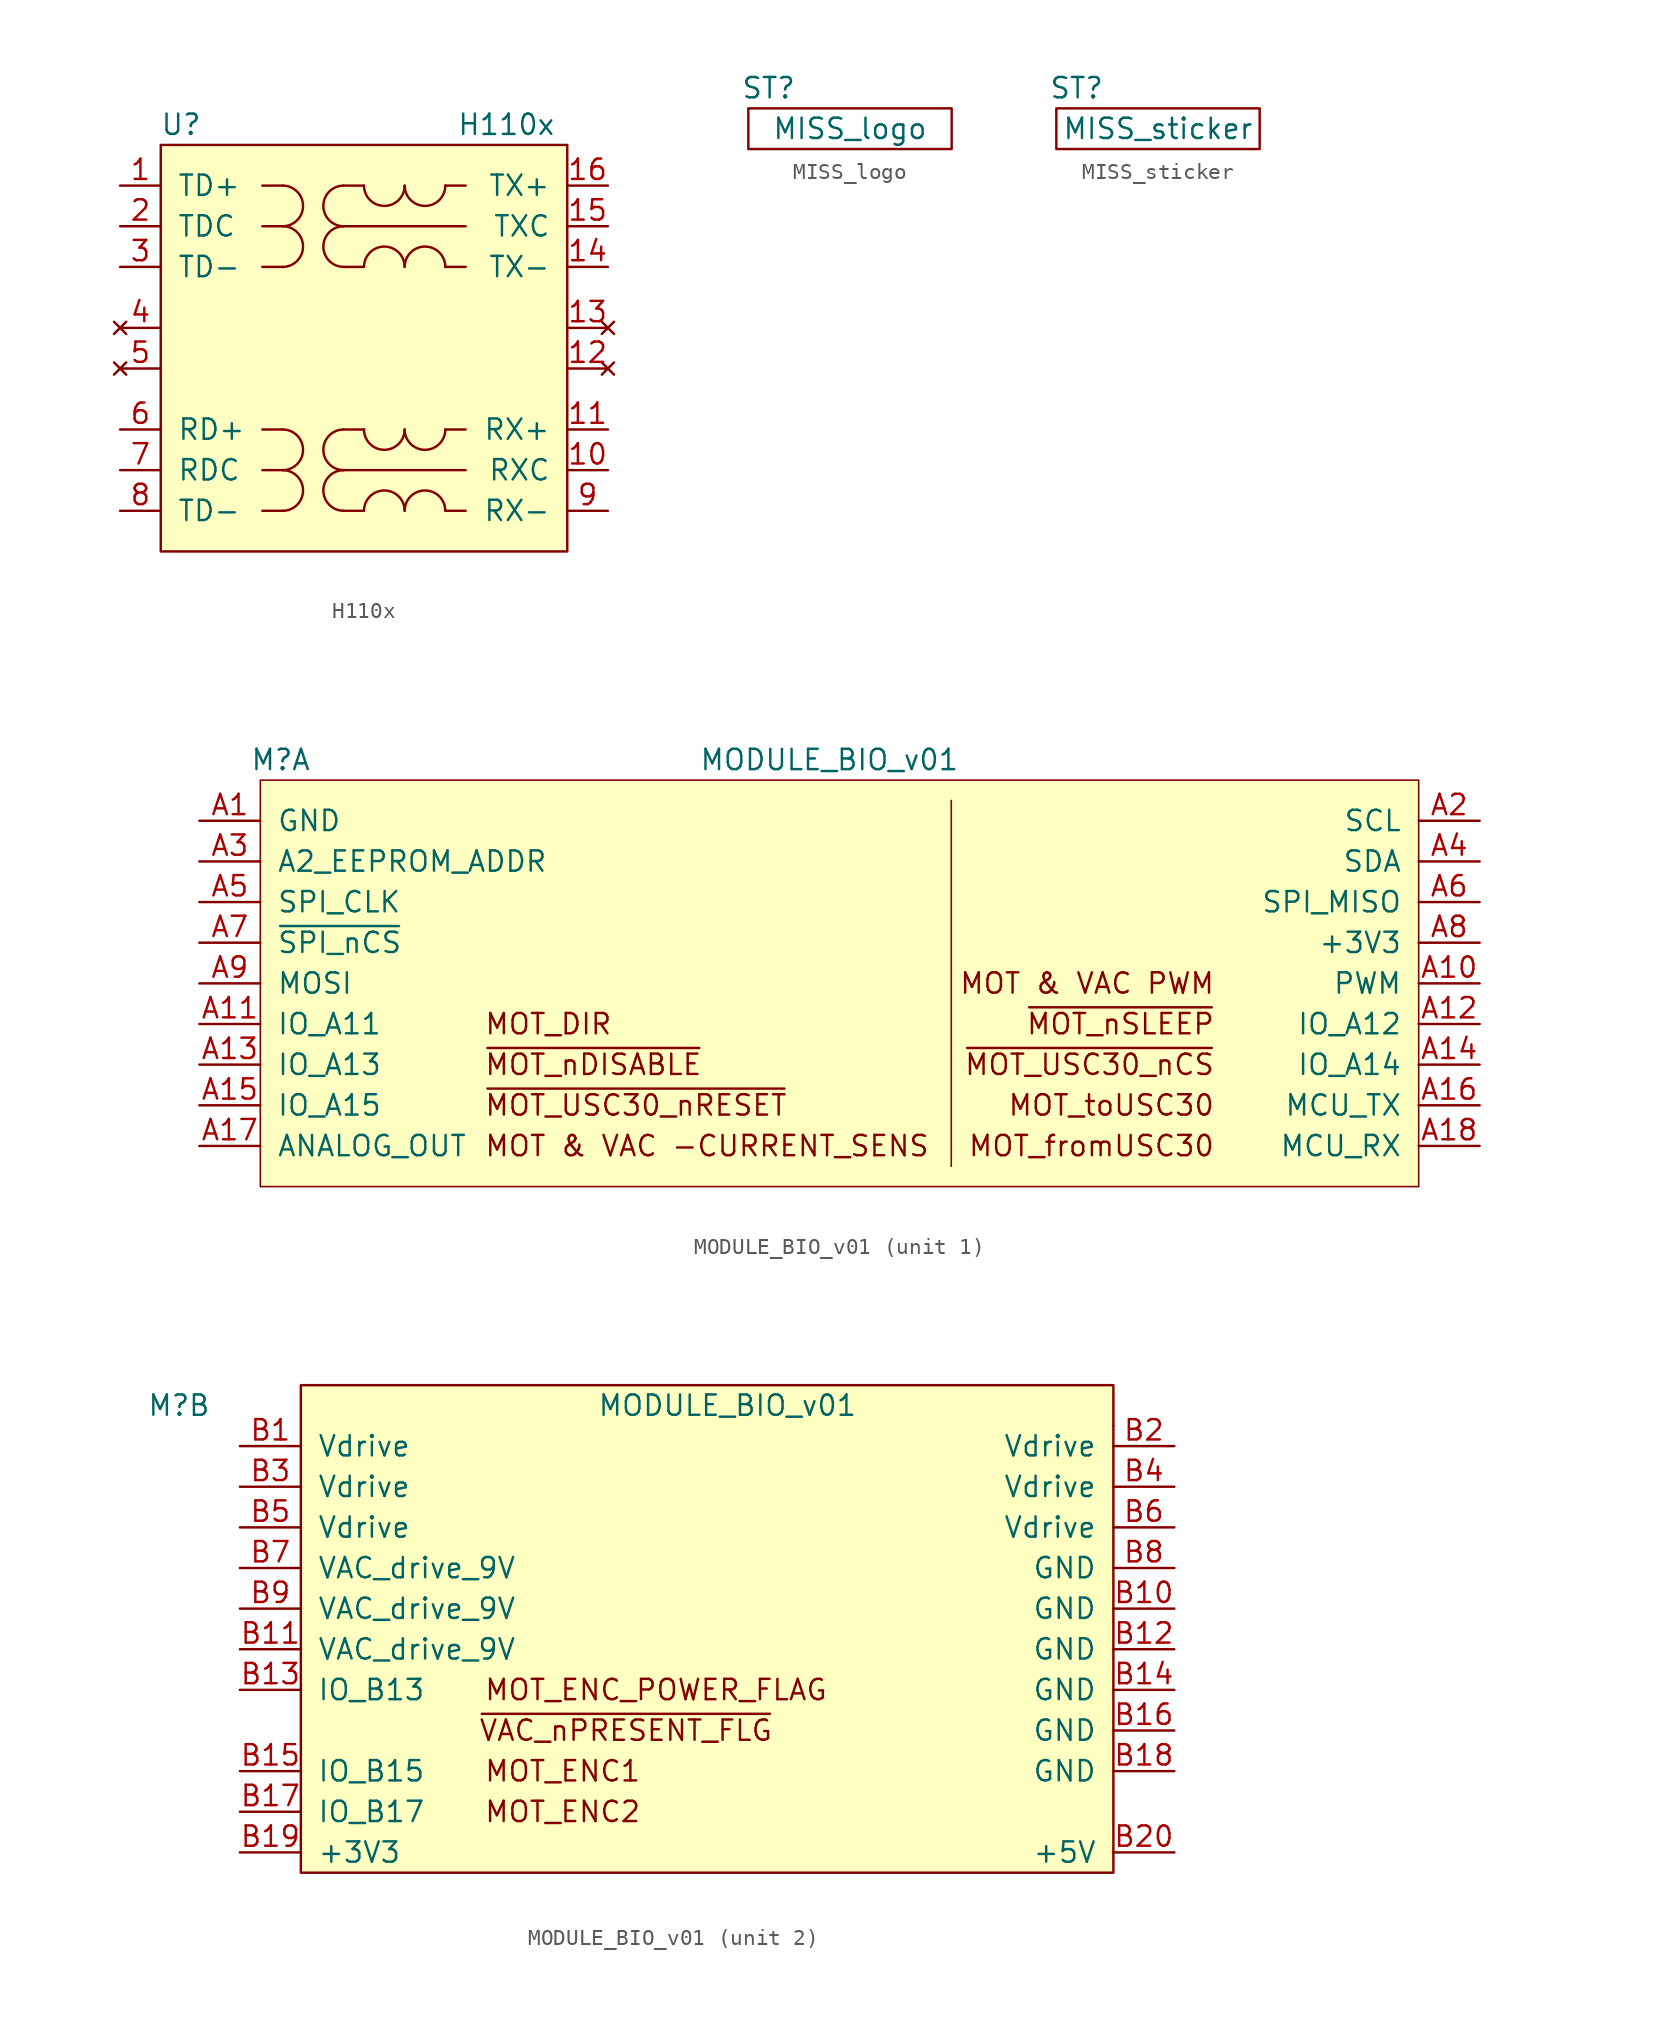
<source format=kicad_sym>
(kicad_symbol_lib
  (version 20211014)
  (generator kicad_symbol_editor)
  (symbol "H110x"
    (pin_names
      (offset 1.016))
    (property "Reference" "U"
      (at -11.43 13.97 0)
      (effects (font (size 1.27 1.27))))
    (property "Value" "H110x"
      (at 8.89 13.97 0)
      (effects (font (size 1.27 1.27))))
    (symbol "H110x_0_1"
      (rectangle (start -12.7 12.7) (end 12.7 -12.7) (stroke (width 0) (type default) (color 0 0 0 0)) (fill (type background)))
      (rectangle (start -5.08 -10.16) (end -6.35 -10.16) (stroke (width 0) (type default) (color 0 0 0 0)) (fill (type none)))
      (arc (start -5.08 -10.16) (mid -3.81 -8.89) (end -5.08 -7.62) (stroke (width 0) (type default) (color 0 0 0 0)) (fill (type none)))
      (rectangle (start -5.08 -7.62) (end -6.35 -7.62) (stroke (width 0) (type default) (color 0 0 0 0)) (fill (type none)))
      (arc (start -5.08 -7.62) (mid -3.81 -6.35) (end -5.08 -5.08) (stroke (width 0) (type default) (color 0 0 0 0)) (fill (type none)))
      (rectangle (start -5.08 -5.08) (end -6.35 -5.08) (stroke (width 0) (type default) (color 0 0 0 0)) (fill (type none)))
      (rectangle (start -5.08 5.08) (end -6.35 5.08) (stroke (width 0) (type default) (color 0 0 0 0)) (fill (type none)))
      (arc (start -5.08 5.08) (mid -3.81 6.35) (end -5.08 7.62) (stroke (width 0) (type default) (color 0 0 0 0)) (fill (type none)))
      (rectangle (start -5.08 7.62) (end -6.35 7.62) (stroke (width 0) (type default) (color 0 0 0 0)) (fill (type none)))
      (arc (start -5.08 7.62) (mid -3.81 8.89) (end -5.08 10.16) (stroke (width 0) (type default) (color 0 0 0 0)) (fill (type none)))
      (rectangle (start -5.08 10.16) (end -6.35 10.16) (stroke (width 0) (type default) (color 0 0 0 0)) (fill (type none)))
      (rectangle (start -1.27 -10.16) (end 0 -10.16) (stroke (width 0) (type default) (color 0 0 0 0)) (fill (type none)))
      (rectangle (start -1.27 -7.62) (end 6.35 -7.62) (stroke (width 0) (type default) (color 0 0 0 0)) (fill (type none)))
      (rectangle (start -1.27 -5.08) (end 0 -5.08) (stroke (width 0) (type default) (color 0 0 0 0)) (fill (type none)))
      (rectangle (start -1.27 5.08) (end 0 5.08) (stroke (width 0) (type default) (color 0 0 0 0)) (fill (type none)))
      (rectangle (start -1.27 7.62) (end 6.35 7.62) (stroke (width 0) (type default) (color 0 0 0 0)) (fill (type none)))
      (rectangle (start -1.27 10.16) (end 0 10.16) (stroke (width 0) (type default) (color 0 0 0 0)) (fill (type none)))
      (rectangle (start 5.08 -10.16) (end 6.35 -10.16) (stroke (width 0) (type default) (color 0 0 0 0)) (fill (type none)))
      (rectangle (start 5.08 -5.08) (end 6.35 -5.08) (stroke (width 0) (type default) (color 0 0 0 0)) (fill (type none)))
      (rectangle (start 5.08 5.08) (end 6.35 5.08) (stroke (width 0) (type default) (color 0 0 0 0)) (fill (type none)))
      (rectangle (start 5.08 10.16) (end 6.35 10.16) (stroke (width 0) (type default) (color 0 0 0 0)) (fill (type none))))
    (symbol "H110x_1_1"
      (arc (start -1.27 -7.62) (mid -2.54 -8.89) (end -1.27 -10.16) (stroke (width 0) (type default) (color 0 0 0 0)) (fill (type none)))
      (arc (start -1.27 -5.08) (mid -2.54 -6.35) (end -1.27 -7.62) (stroke (width 0) (type default) (color 0 0 0 0)) (fill (type none)))
      (arc (start -1.27 7.62) (mid -2.54 6.35) (end -1.27 5.08) (stroke (width 0) (type default) (color 0 0 0 0)) (fill (type none)))
      (arc (start -1.27 10.16) (mid -2.54 8.89) (end -1.27 7.62) (stroke (width 0) (type default) (color 0 0 0 0)) (fill (type none)))
      (arc (start 0 -5.08) (mid 1.27 -6.35) (end 2.54 -5.08) (stroke (width 0) (type default) (color 0 0 0 0)) (fill (type none)))
      (arc (start 0 10.16) (mid 1.27 8.89) (end 2.54 10.16) (stroke (width 0) (type default) (color 0 0 0 0)) (fill (type none)))
      (arc (start 2.54 -10.16) (mid 1.27 -8.89) (end 0 -10.16) (stroke (width 0) (type default) (color 0 0 0 0)) (fill (type none)))
      (arc (start 2.54 -5.08) (mid 3.81 -6.35) (end 5.08 -5.08) (stroke (width 0) (type default) (color 0 0 0 0)) (fill (type none)))
      (arc (start 2.54 5.08) (mid 1.27 6.35) (end 0 5.08) (stroke (width 0) (type default) (color 0 0 0 0)) (fill (type none)))
      (arc (start 2.54 10.16) (mid 3.81 8.89) (end 5.08 10.16) (stroke (width 0) (type default) (color 0 0 0 0)) (fill (type none)))
      (arc (start 5.08 -10.16) (mid 3.81 -8.89) (end 2.54 -10.16) (stroke (width 0) (type default) (color 0 0 0 0)) (fill (type none)))
      (arc (start 5.08 5.08) (mid 3.81 6.35) (end 2.54 5.08) (stroke (width 0) (type default) (color 0 0 0 0)) (fill (type none)))
      (pin input line (at -15.24 10.16 0) (length 2.54) (name "TD+" (effects (font (size 1.27 1.27)))) (number "1" (effects (font (size 1.27 1.27)))))
      (pin passive line (at 15.24 -7.62 180) (length 2.54) (name "RXC" (effects (font (size 1.27 1.27)))) (number "10" (effects (font (size 1.27 1.27)))))
      (pin input line (at 15.24 -5.08 180) (length 2.54) (name "RX+" (effects (font (size 1.27 1.27)))) (number "11" (effects (font (size 1.27 1.27)))))
      (pin no_connect line (at 15.24 -1.27 180) (length 2.54) (name "~" (effects (font (size 1.27 1.27)))) (number "12" (effects (font (size 1.27 1.27)))))
      (pin no_connect line (at 15.24 1.27 180) (length 2.54) (name "~" (effects (font (size 1.27 1.27)))) (number "13" (effects (font (size 1.27 1.27)))))
      (pin output line (at 15.24 5.08 180) (length 2.54) (name "TX-" (effects (font (size 1.27 1.27)))) (number "14" (effects (font (size 1.27 1.27)))))
      (pin passive line (at 15.24 7.62 180) (length 2.54) (name "TXC" (effects (font (size 1.27 1.27)))) (number "15" (effects (font (size 1.27 1.27)))))
      (pin output line (at 15.24 10.16 180) (length 2.54) (name "TX+" (effects (font (size 1.27 1.27)))) (number "16" (effects (font (size 1.27 1.27)))))
      (pin passive line (at -15.24 7.62 0) (length 2.54) (name "TDC" (effects (font (size 1.27 1.27)))) (number "2" (effects (font (size 1.27 1.27)))))
      (pin input line (at -15.24 5.08 0) (length 2.54) (name "TD-" (effects (font (size 1.27 1.27)))) (number "3" (effects (font (size 1.27 1.27)))))
      (pin no_connect line (at -15.24 1.27 0) (length 2.54) (name "~" (effects (font (size 1.27 1.27)))) (number "4" (effects (font (size 1.27 1.27)))))
      (pin no_connect line (at -15.24 -1.27 0) (length 2.54) (name "~" (effects (font (size 1.27 1.27)))) (number "5" (effects (font (size 1.27 1.27)))))
      (pin output line (at -15.24 -5.08 0) (length 2.54) (name "RD+" (effects (font (size 1.27 1.27)))) (number "6" (effects (font (size 1.27 1.27)))))
      (pin passive line (at -15.24 -7.62 0) (length 2.54) (name "RDC" (effects (font (size 1.27 1.27)))) (number "7" (effects (font (size 1.27 1.27)))))
      (pin output line (at -15.24 -10.16 0) (length 2.54) (name "TD-" (effects (font (size 1.27 1.27)))) (number "8" (effects (font (size 1.27 1.27)))))
      (pin input line (at 15.24 -10.16 180) (length 2.54) (name "RX-" (effects (font (size 1.27 1.27)))) (number "9" (effects (font (size 1.27 1.27)))))))
  (symbol "MISS_logo"
    (pin_names
      (offset 1.016))
    (property "Reference" "ST"
      (at -5.08 2.54 0)
      (effects (font (size 1.27 1.27))))
    (property "Value" "MISS_logo"
      (at 0 0 0)
      (effects (font (size 1.27 1.27))))
    (symbol "MISS_logo_0_1"
      (rectangle (start -6.35 1.27) (end 6.35 -1.27) (stroke (width 0) (type default) (color 0 0 0 0)) (fill (type none)))))
  (symbol "MISS_sticker"
    (pin_names
      (offset 1.016))
    (property "Reference" "ST"
      (at -5.08 2.54 0)
      (effects (font (size 1.27 1.27))))
    (property "Value" "MISS_sticker"
      (at 0 0 0)
      (effects (font (size 1.27 1.27))))
    (symbol "MISS_sticker_0_1"
      (rectangle (start -6.35 1.27) (end 6.35 -1.27) (stroke (width 0) (type default) (color 0 0 0 0)) (fill (type none)))))
  (symbol "MODULE_BIO_v01"
    (pin_names
      (offset 1.016))
    (property "Reference" "M"
      (at -33.02 13.97 0)
      (effects (font (size 1.27 1.27))))
    (property "Value" "MODULE_BIO_v01"
      (at 1.27 13.97 0)
      (effects (font (size 1.27 1.27))))
    (symbol "MODULE_BIO_v01_1_1"
      (rectangle (start -34.29 12.7) (end 38.1 -12.7) (stroke (width 0.1) (type default) (color 0 0 0 0)) (fill (type background)))
      (polyline (pts (xy 8.89 -11.43) (xy 8.89 11.43)) (stroke (width 0.1) (type default) (color 0 0 0 0)) (fill (type none)))
      (text "MOT & VAC -CURRENT_SENS" (at -20.32 -10.16 0) (effects (font (size 1.27 1.27)) (justify left)))
      (text "MOT & VAC PWM" (at 25.4 0 0) (effects (font (size 1.27 1.27)) (justify right)))
      (text "MOT_DIR" (at -20.32 -2.54 0) (effects (font (size 1.27 1.27)) (justify left)))
      (text "MOT_fromUSC30" (at 25.4 -10.16 0) (effects (font (size 1.27 1.27)) (justify right)))
      (text "MOT_toUSC30" (at 25.4 -7.62 0) (effects (font (size 1.27 1.27)) (justify right)))
      (text "~{MOT_nDISABLE}" (at -20.32 -5.08 0) (effects (font (size 1.27 1.27)) (justify left)))
      (text "~{MOT_nSLEEP}" (at 25.4 -2.54 0) (effects (font (size 1.27 1.27)) (justify right)))
      (text "~{MOT_USC30_nCS}" (at 25.4 -5.08 0) (effects (font (size 1.27 1.27)) (justify right)))
      (text "~{MOT_USC30_nRESET}" (at -20.32 -7.62 0) (effects (font (size 1.27 1.27)) (justify left)))
      (pin power_in line (at -38.1 10.16 0) (length 3.81) (name "GND" (effects (font (size 1.27 1.27)))) (number "A1" (effects (font (size 1.27 1.27)))))
      (pin passive line (at 41.91 0 180) (length 3.81) (name "PWM" (effects (font (size 1.27 1.27)))) (number "A10" (effects (font (size 1.27 1.27)))))
      (pin passive line (at -38.1 -2.54 0) (length 3.81) (name "IO_A11" (effects (font (size 1.27 1.27)))) (number "A11" (effects (font (size 1.27 1.27)))))
      (pin passive line (at 41.91 -2.54 180) (length 3.81) (name "IO_A12" (effects (font (size 1.27 1.27)))) (number "A12" (effects (font (size 1.27 1.27)))))
      (pin passive line (at -38.1 -5.08 0) (length 3.81) (name "IO_A13" (effects (font (size 1.27 1.27)))) (number "A13" (effects (font (size 1.27 1.27)))))
      (pin passive line (at 41.91 -5.08 180) (length 3.81) (name "IO_A14" (effects (font (size 1.27 1.27)))) (number "A14" (effects (font (size 1.27 1.27)))))
      (pin passive line (at -38.1 -7.62 0) (length 3.81) (name "IO_A15" (effects (font (size 1.27 1.27)))) (number "A15" (effects (font (size 1.27 1.27)))))
      (pin passive line (at 41.91 -7.62 180) (length 3.81) (name "MCU_TX" (effects (font (size 1.27 1.27)))) (number "A16" (effects (font (size 1.27 1.27)))))
      (pin passive line (at -38.1 -10.16 0) (length 3.81) (name "ANALOG_OUT" (effects (font (size 1.27 1.27)))) (number "A17" (effects (font (size 1.27 1.27)))))
      (pin passive line (at 41.91 -10.16 180) (length 3.81) (name "MCU_RX" (effects (font (size 1.27 1.27)))) (number "A18" (effects (font (size 1.27 1.27)))))
      (pin passive line (at 41.91 10.16 180) (length 3.81) (name "SCL" (effects (font (size 1.27 1.27)))) (number "A2" (effects (font (size 1.27 1.27)))))
      (pin passive line (at -38.1 7.62 0) (length 3.81) (name "A2_EEPROM_ADDR" (effects (font (size 1.27 1.27)))) (number "A3" (effects (font (size 1.27 1.27)))))
      (pin passive line (at 41.91 7.62 180) (length 3.81) (name "SDA" (effects (font (size 1.27 1.27)))) (number "A4" (effects (font (size 1.27 1.27)))))
      (pin passive line (at -38.1 5.08 0) (length 3.81) (name "SPI_CLK" (effects (font (size 1.27 1.27)))) (number "A5" (effects (font (size 1.27 1.27)))))
      (pin passive line (at 41.91 5.08 180) (length 3.81) (name "SPI_MISO" (effects (font (size 1.27 1.27)))) (number "A6" (effects (font (size 1.27 1.27)))))
      (pin passive line (at -38.1 2.54 0) (length 3.81) (name "~{SPI_nCS}" (effects (font (size 1.27 1.27)))) (number "A7" (effects (font (size 1.27 1.27)))))
      (pin power_in line (at 41.91 2.54 180) (length 3.81) (name "+3V3" (effects (font (size 1.27 1.27)))) (number "A8" (effects (font (size 1.27 1.27)))))
      (pin passive line (at -38.1 0 0) (length 3.81) (name "MOSI" (effects (font (size 1.27 1.27)))) (number "A9" (effects (font (size 1.27 1.27))))))
    (symbol "MODULE_BIO_v01_2_1"
      (rectangle (start -25.4 15.24) (end 25.4 -15.24) (stroke (width 0.152) (type default) (color 0 0 0 0)) (fill (type background)))
      (rectangle (start 25.4 12.7) (end 25.4 12.7) (stroke (width 0.152) (type default) (color 0 0 0 0)) (fill (type none)))
      (text "MOT_ENC1" (at -13.97 -8.89 0) (effects (font (size 1.27 1.27)) (justify left)))
      (text "MOT_ENC2" (at -13.97 -11.43 0) (effects (font (size 1.27 1.27)) (justify left)))
      (text "MOT_ENC_POWER_FLAG" (at -13.97 -3.81 0) (effects (font (size 1.27 1.27)) (justify left)))
      (text "~{VAC_nPRESENT_FLG}" (at -5.08 -6.35 0) (effects (font (size 1.27 1.27))))
      (pin power_in line (at -29.21 11.43 0) (length 3.81) (name "Vdrive" (effects (font (size 1.27 1.27)))) (number "B1" (effects (font (size 1.27 1.27)))))
      (pin passive line (at 29.21 1.27 180) (length 3.81) (name "GND" (effects (font (size 1.27 1.27)))) (number "B10" (effects (font (size 1.27 1.27)))))
      (pin power_in line (at -29.21 -1.27 0) (length 3.81) (name "VAC_drive_9V" (effects (font (size 1.27 1.27)))) (number "B11" (effects (font (size 1.27 1.27)))))
      (pin passive line (at 29.21 -1.27 180) (length 3.81) (name "GND" (effects (font (size 1.27 1.27)))) (number "B12" (effects (font (size 1.27 1.27)))))
      (pin passive line (at -29.21 -3.81 0) (length 3.81) (name "IO_B13" (effects (font (size 1.27 1.27)))) (number "B13" (effects (font (size 1.27 1.27)))))
      (pin passive line (at 29.21 -3.81 180) (length 3.81) (name "GND" (effects (font (size 1.27 1.27)))) (number "B14" (effects (font (size 1.27 1.27)))))
      (pin passive line (at -29.21 -8.89 0) (length 3.81) (name "IO_B15" (effects (font (size 1.27 1.27)))) (number "B15" (effects (font (size 1.27 1.27)))))
      (pin passive line (at 29.21 -6.35 180) (length 3.81) (name "GND" (effects (font (size 1.27 1.27)))) (number "B16" (effects (font (size 1.27 1.27)))))
      (pin passive line (at -29.21 -11.43 0) (length 3.81) (name "IO_B17" (effects (font (size 1.27 1.27)))) (number "B17" (effects (font (size 1.27 1.27)))))
      (pin passive line (at 29.21 -8.89 180) (length 3.81) (name "GND" (effects (font (size 1.27 1.27)))) (number "B18" (effects (font (size 1.27 1.27)))))
      (pin power_in line (at -29.21 -13.97 0) (length 3.81) (name "+3V3" (effects (font (size 1.27 1.27)))) (number "B19" (effects (font (size 1.27 1.27)))))
      (pin power_in line (at 29.21 11.43 180) (length 3.81) (name "Vdrive" (effects (font (size 1.27 1.27)))) (number "B2" (effects (font (size 1.27 1.27)))))
      (pin power_in line (at 29.21 -13.97 180) (length 3.81) (name "+5V" (effects (font (size 1.27 1.27)))) (number "B20" (effects (font (size 1.27 1.27)))))
      (pin power_in line (at -29.21 8.89 0) (length 3.81) (name "Vdrive" (effects (font (size 1.27 1.27)))) (number "B3" (effects (font (size 1.27 1.27)))))
      (pin power_in line (at 29.21 8.89 180) (length 3.81) (name "Vdrive" (effects (font (size 1.27 1.27)))) (number "B4" (effects (font (size 1.27 1.27)))))
      (pin power_in line (at -29.21 6.35 0) (length 3.81) (name "Vdrive" (effects (font (size 1.27 1.27)))) (number "B5" (effects (font (size 1.27 1.27)))))
      (pin power_in line (at 29.21 6.35 180) (length 3.81) (name "Vdrive" (effects (font (size 1.27 1.27)))) (number "B6" (effects (font (size 1.27 1.27)))))
      (pin power_in line (at -29.21 3.81 0) (length 3.81) (name "VAC_drive_9V" (effects (font (size 1.27 1.27)))) (number "B7" (effects (font (size 1.27 1.27)))))
      (pin power_in line (at 29.21 3.81 180) (length 3.81) (name "GND" (effects (font (size 1.27 1.27)))) (number "B8" (effects (font (size 1.27 1.27)))))
      (pin power_in line (at -29.21 1.27 0) (length 3.81) (name "VAC_drive_9V" (effects (font (size 1.27 1.27)))) (number "B9" (effects (font (size 1.27 1.27))))))))
</source>
